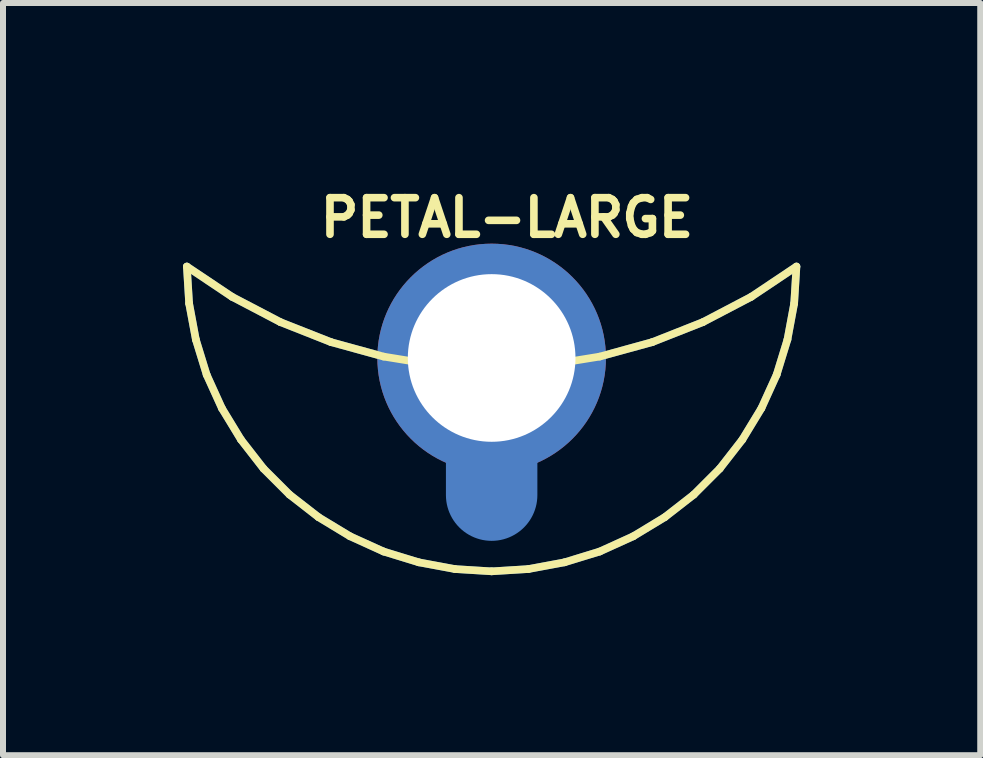
<source format=kicad_pcb>
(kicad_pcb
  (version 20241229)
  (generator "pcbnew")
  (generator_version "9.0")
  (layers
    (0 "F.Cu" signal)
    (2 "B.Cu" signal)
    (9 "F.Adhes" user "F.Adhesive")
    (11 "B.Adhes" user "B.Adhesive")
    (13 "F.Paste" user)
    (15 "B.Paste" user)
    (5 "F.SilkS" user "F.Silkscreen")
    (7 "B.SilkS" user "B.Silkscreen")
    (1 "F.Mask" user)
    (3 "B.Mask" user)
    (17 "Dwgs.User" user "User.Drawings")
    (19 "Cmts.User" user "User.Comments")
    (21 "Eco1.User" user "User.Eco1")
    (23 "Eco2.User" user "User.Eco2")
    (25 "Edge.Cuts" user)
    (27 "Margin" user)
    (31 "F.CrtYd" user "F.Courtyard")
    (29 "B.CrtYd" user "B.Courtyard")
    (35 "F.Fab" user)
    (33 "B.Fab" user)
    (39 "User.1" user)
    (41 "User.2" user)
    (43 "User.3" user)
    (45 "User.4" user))
  (footprint "PETAL-LARGE"
    (layer "F.Cu")
    (at 5.144 3.932)
    (property "Reference" "PETAL-LARGE" (at 0.254 -3.353 0) (layer "F.SilkS") (effects (font (size 0.61 0.61) (thickness 0.127))))
    (attr exclude_from_pos_files exclude_from_bom)
    (fp_line (start -5.08 -2.54) (end -5.042 -1.925) (stroke (width 0.127) (type solid)) (layer "B.Cu"))
    (fp_line (start -5.042 -1.925) (end -4.93 -1.323) (stroke (width 0.127) (type solid)) (layer "B.Cu"))
    (fp_line (start -4.93 -1.323) (end -4.75 -0.737) (stroke (width 0.127) (type solid)) (layer "B.Cu"))
    (fp_line (start -4.75 -0.737) (end -4.496 -0.178) (stroke (width 0.127) (type solid)) (layer "B.Cu"))
    (fp_line (start -4.496 -0.178) (end -4.178 0.345) (stroke (width 0.127) (type solid)) (layer "B.Cu"))
    (fp_line (start -4.326 -2.035) (end -5.08 -2.54) (stroke (width 0.127) (type solid)) (layer "B.Cu"))
    (fp_line (start -4.178 0.345) (end -3.802 0.828) (stroke (width 0.127) (type solid)) (layer "B.Cu"))
    (fp_line (start -3.802 0.828) (end -3.368 1.262) (stroke (width 0.127) (type solid)) (layer "B.Cu"))
    (fp_line (start -3.52 -1.613) (end -4.326 -2.035) (stroke (width 0.127) (type solid)) (layer "B.Cu"))
    (fp_line (start -3.368 1.262) (end -2.885 1.638) (stroke (width 0.127) (type solid)) (layer "B.Cu"))
    (fp_line (start -2.885 1.638) (end -2.36 1.956) (stroke (width 0.127) (type solid)) (layer "B.Cu"))
    (fp_line (start -2.677 -1.28) (end -3.52 -1.613) (stroke (width 0.127) (type solid)) (layer "B.Cu"))
    (fp_line (start -2.36 1.956) (end -1.801 2.21) (stroke (width 0.127) (type solid)) (layer "B.Cu"))
    (fp_line (start -1.801 -1.039) (end -2.677 -1.28) (stroke (width 0.127) (type solid)) (layer "B.Cu"))
    (fp_line (start -1.801 2.21) (end -1.214 2.39) (stroke (width 0.127) (type solid)) (layer "B.Cu"))
    (fp_line (start -1.214 2.39) (end -0.612 2.502) (stroke (width 0.127) (type solid)) (layer "B.Cu"))
    (fp_line (start -0.904 -0.894) (end -1.801 -1.039) (stroke (width 0.127) (type solid)) (layer "B.Cu"))
    (fp_line (start -0.612 2.502) (end 0 2.54) (stroke (width 0.127) (type solid)) (layer "B.Cu"))
    (fp_line (start 0 -1.27) (end 0 1.27) (stroke (width 1.524) (type solid)) (layer "B.Cu"))
    (fp_line (start 0 -0.846) (end -0.904 -0.894) (stroke (width 0.127) (type solid)) (layer "B.Cu"))
    (fp_line (start 0 2.54) (end 0.612 2.502) (stroke (width 0.127) (type solid)) (layer "B.Cu"))
    (fp_line (start 0.612 2.502) (end 1.214 2.39) (stroke (width 0.127) (type solid)) (layer "B.Cu"))
    (fp_line (start 0.904 -0.894) (end 0 -0.846) (stroke (width 0.127) (type solid)) (layer "B.Cu"))
    (fp_line (start 1.214 2.39) (end 1.801 2.21) (stroke (width 0.127) (type solid)) (layer "B.Cu"))
    (fp_line (start 1.801 -1.039) (end 0.904 -0.894) (stroke (width 0.127) (type solid)) (layer "B.Cu"))
    (fp_line (start 1.801 2.21) (end 2.36 1.956) (stroke (width 0.127) (type solid)) (layer "B.Cu"))
    (fp_line (start 2.36 1.956) (end 2.885 1.638) (stroke (width 0.127) (type solid)) (layer "B.Cu"))
    (fp_line (start 2.677 -1.28) (end 1.801 -1.039) (stroke (width 0.127) (type solid)) (layer "B.Cu"))
    (fp_line (start 2.885 1.638) (end 3.368 1.262) (stroke (width 0.127) (type solid)) (layer "B.Cu"))
    (fp_line (start 3.368 1.262) (end 3.802 0.828) (stroke (width 0.127) (type solid)) (layer "B.Cu"))
    (fp_line (start 3.52 -1.613) (end 2.677 -1.28) (stroke (width 0.127) (type solid)) (layer "B.Cu"))
    (fp_line (start 3.802 0.828) (end 4.178 0.345) (stroke (width 0.127) (type solid)) (layer "B.Cu"))
    (fp_line (start 4.178 0.345) (end 4.496 -0.178) (stroke (width 0.127) (type solid)) (layer "B.Cu"))
    (fp_line (start 4.326 -2.035) (end 3.52 -1.613) (stroke (width 0.127) (type solid)) (layer "B.Cu"))
    (fp_line (start 4.496 -0.178) (end 4.75 -0.737) (stroke (width 0.127) (type solid)) (layer "B.Cu"))
    (fp_line (start 4.75 -0.737) (end 4.93 -1.323) (stroke (width 0.127) (type solid)) (layer "B.Cu"))
    (fp_line (start 4.93 -1.323) (end 5.042 -1.925) (stroke (width 0.127) (type solid)) (layer "B.Cu"))
    (fp_line (start 5.042 -1.925) (end 5.08 -2.54) (stroke (width 0.127) (type solid)) (layer "B.Cu"))
    (fp_line (start 5.08 -2.54) (end 4.326 -2.035) (stroke (width 0.127) (type solid)) (layer "B.Cu"))
    (fp_line (start -5.08 -2.54) (end -5.042 -1.925) (stroke (width 0.127) (type solid)) (layer "F.SilkS"))
    (fp_line (start -5.042 -1.925) (end -4.93 -1.323) (stroke (width 0.127) (type solid)) (layer "F.SilkS"))
    (fp_line (start -4.93 -1.323) (end -4.75 -0.737) (stroke (width 0.127) (type solid)) (layer "F.SilkS"))
    (fp_line (start -4.75 -0.737) (end -4.496 -0.178) (stroke (width 0.127) (type solid)) (layer "F.SilkS"))
    (fp_line (start -4.496 -0.178) (end -4.178 0.345) (stroke (width 0.127) (type solid)) (layer "F.SilkS"))
    (fp_line (start -4.326 -2.035) (end -5.08 -2.54) (stroke (width 0.127) (type solid)) (layer "F.SilkS"))
    (fp_line (start -4.178 0.345) (end -3.802 0.828) (stroke (width 0.127) (type solid)) (layer "F.SilkS"))
    (fp_line (start -3.802 0.828) (end -3.368 1.262) (stroke (width 0.127) (type solid)) (layer "F.SilkS"))
    (fp_line (start -3.52 -1.613) (end -4.326 -2.035) (stroke (width 0.127) (type solid)) (layer "F.SilkS"))
    (fp_line (start -3.368 1.262) (end -2.885 1.638) (stroke (width 0.127) (type solid)) (layer "F.SilkS"))
    (fp_line (start -2.885 1.638) (end -2.36 1.956) (stroke (width 0.127) (type solid)) (layer "F.SilkS"))
    (fp_line (start -2.677 -1.28) (end -3.52 -1.613) (stroke (width 0.127) (type solid)) (layer "F.SilkS"))
    (fp_line (start -2.36 1.956) (end -1.801 2.21) (stroke (width 0.127) (type solid)) (layer "F.SilkS"))
    (fp_line (start -1.801 -1.039) (end -2.677 -1.28) (stroke (width 0.127) (type solid)) (layer "F.SilkS"))
    (fp_line (start -1.801 2.21) (end -1.214 2.39) (stroke (width 0.127) (type solid)) (layer "F.SilkS"))
    (fp_line (start -1.214 2.39) (end -0.612 2.502) (stroke (width 0.127) (type solid)) (layer "F.SilkS"))
    (fp_line (start -0.904 -0.894) (end -1.801 -1.039) (stroke (width 0.127) (type solid)) (layer "F.SilkS"))
    (fp_line (start -0.612 2.502) (end 0 2.54) (stroke (width 0.127) (type solid)) (layer "F.SilkS"))
    (fp_line (start 0 -0.846) (end -0.904 -0.894) (stroke (width 0.127) (type solid)) (layer "F.SilkS"))
    (fp_line (start 0 2.54) (end 0.612 2.502) (stroke (width 0.127) (type solid)) (layer "F.SilkS"))
    (fp_line (start 0.612 2.502) (end 1.214 2.39) (stroke (width 0.127) (type solid)) (layer "F.SilkS"))
    (fp_line (start 0.904 -0.894) (end 0 -0.846) (stroke (width 0.127) (type solid)) (layer "F.SilkS"))
    (fp_line (start 1.214 2.39) (end 1.801 2.21) (stroke (width 0.127) (type solid)) (layer "F.SilkS"))
    (fp_line (start 1.801 -1.039) (end 0.904 -0.894) (stroke (width 0.127) (type solid)) (layer "F.SilkS"))
    (fp_line (start 1.801 2.21) (end 2.36 1.956) (stroke (width 0.127) (type solid)) (layer "F.SilkS"))
    (fp_line (start 2.36 1.956) (end 2.885 1.638) (stroke (width 0.127) (type solid)) (layer "F.SilkS"))
    (fp_line (start 2.677 -1.28) (end 1.801 -1.039) (stroke (width 0.127) (type solid)) (layer "F.SilkS"))
    (fp_line (start 2.885 1.638) (end 3.368 1.262) (stroke (width 0.127) (type solid)) (layer "F.SilkS"))
    (fp_line (start 3.368 1.262) (end 3.802 0.828) (stroke (width 0.127) (type solid)) (layer "F.SilkS"))
    (fp_line (start 3.52 -1.613) (end 2.677 -1.28) (stroke (width 0.127) (type solid)) (layer "F.SilkS"))
    (fp_line (start 3.802 0.828) (end 4.178 0.345) (stroke (width 0.127) (type solid)) (layer "F.SilkS"))
    (fp_line (start 4.178 0.345) (end 4.496 -0.178) (stroke (width 0.127) (type solid)) (layer "F.SilkS"))
    (fp_line (start 4.326 -2.035) (end 3.52 -1.613) (stroke (width 0.127) (type solid)) (layer "F.SilkS"))
    (fp_line (start 4.496 -0.178) (end 4.75 -0.737) (stroke (width 0.127) (type solid)) (layer "F.SilkS"))
    (fp_line (start 4.75 -0.737) (end 4.93 -1.323) (stroke (width 0.127) (type solid)) (layer "F.SilkS"))
    (fp_line (start 4.93 -1.323) (end 5.042 -1.925) (stroke (width 0.127) (type solid)) (layer "F.SilkS"))
    (fp_line (start 5.042 -1.925) (end 5.08 -2.54) (stroke (width 0.127) (type solid)) (layer "F.SilkS"))
    (fp_line (start 5.08 -2.54) (end 4.326 -2.035) (stroke (width 0.127) (type solid)) (layer "F.SilkS"))
    (pad "" np_thru_hole circle (at 0 -1.016) (size 1.499 1.499) (drill 1.499) (layers "*.Cu" "*.Mask"))
    (pad "1" thru_hole circle (at 0 -1.016) (size 3.81 3.81) (drill 2.794) (layers "*.Cu" "*.Paste" "*.Mask")))
  (gr_rect
    (start -3 -3)
    (end 13.287 9.536)
    (stroke (width 0.1) (type default))
    (fill no)
    (layer "Edge.Cuts")))
</source>
